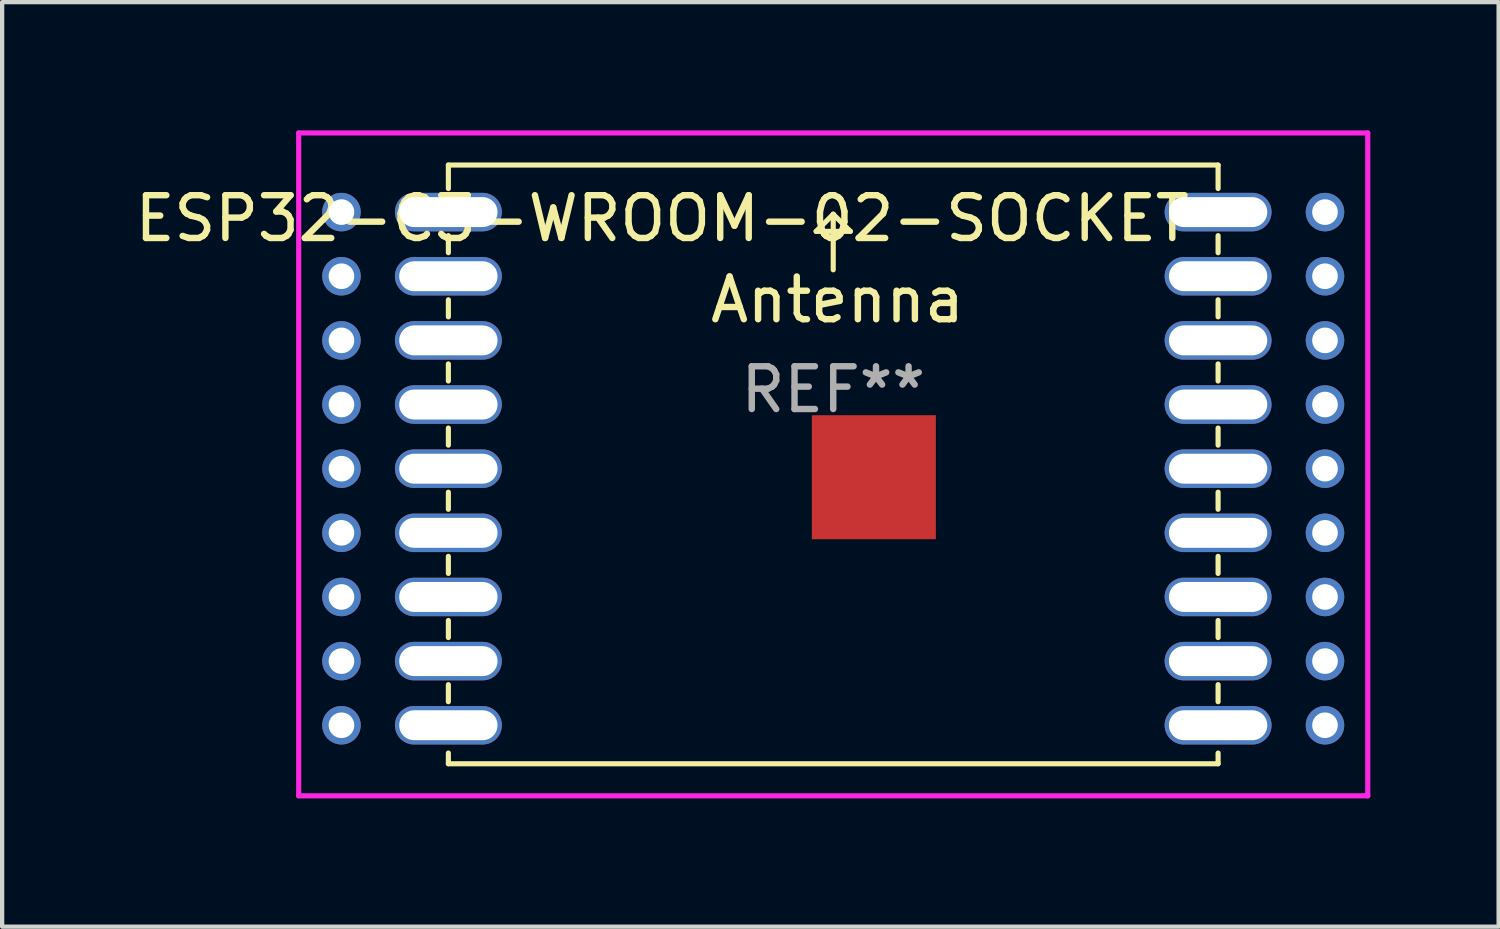
<source format=kicad_pcb>
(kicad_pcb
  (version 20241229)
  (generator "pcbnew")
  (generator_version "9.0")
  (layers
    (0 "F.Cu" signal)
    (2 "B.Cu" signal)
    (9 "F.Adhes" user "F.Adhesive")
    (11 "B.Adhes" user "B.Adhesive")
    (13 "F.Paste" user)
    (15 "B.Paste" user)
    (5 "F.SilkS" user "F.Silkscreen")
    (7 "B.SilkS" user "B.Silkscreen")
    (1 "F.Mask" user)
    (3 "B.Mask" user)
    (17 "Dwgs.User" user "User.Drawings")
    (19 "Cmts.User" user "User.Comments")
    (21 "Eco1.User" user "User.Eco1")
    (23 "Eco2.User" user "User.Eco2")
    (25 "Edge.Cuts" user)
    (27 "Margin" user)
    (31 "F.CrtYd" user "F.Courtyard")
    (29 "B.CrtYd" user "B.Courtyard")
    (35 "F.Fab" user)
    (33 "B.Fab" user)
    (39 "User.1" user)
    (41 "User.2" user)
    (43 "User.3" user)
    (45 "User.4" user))
  (footprint "ESP32-C3-WROOM-02-SOCKET"
    (layer "F.Cu")
    (at 16.435 6.06)
    (property "Reference" "ESP32-C3-WROOM-02-SOCKET" (at -4 -4 0) (layer "F.SilkS") (effects (font (size 1 1) (thickness 0.15))))
    (attr smd)
    (fp_line (start -9 -4.7) (end -9 -5.25) (stroke (width 0.12) (type solid)) (layer "F.SilkS"))
    (fp_line (start -9 -3.2) (end -9 -3.6) (stroke (width 0.12) (type solid)) (layer "F.SilkS"))
    (fp_line (start -9 -1.7) (end -9 -2.1) (stroke (width 0.12) (type solid)) (layer "F.SilkS"))
    (fp_line (start -9 -0.2) (end -9 -0.6) (stroke (width 0.12) (type solid)) (layer "F.SilkS"))
    (fp_line (start -9 1.3) (end -9 0.9) (stroke (width 0.12) (type solid)) (layer "F.SilkS"))
    (fp_line (start -9 2.8) (end -9 2.4) (stroke (width 0.12) (type solid)) (layer "F.SilkS"))
    (fp_line (start -9 4.3) (end -9 3.9) (stroke (width 0.12) (type solid)) (layer "F.SilkS"))
    (fp_line (start -9 5.8) (end -9 5.4) (stroke (width 0.12) (type solid)) (layer "F.SilkS"))
    (fp_line (start -9 7.3) (end -9 6.9) (stroke (width 0.12) (type solid)) (layer "F.SilkS"))
    (fp_line (start -9 8.75) (end -9 8.5) (stroke (width 0.12) (type solid)) (layer "F.SilkS"))
    (fp_line (start -0.4 -3.7) (end 0 -4.1) (stroke (width 0.12) (type solid)) (layer "F.SilkS"))
    (fp_line (start 0 -4.1) (end 0.4 -3.7) (stroke (width 0.12) (type solid)) (layer "F.SilkS"))
    (fp_line (start 0 -2.8) (end 0 -4.1) (stroke (width 0.12) (type solid)) (layer "F.SilkS"))
    (fp_line (start 0.4 -3.7) (end -0.4 -3.7) (stroke (width 0.12) (type solid)) (layer "F.SilkS"))
    (fp_line (start 9 -5.25) (end -9 -5.25) (stroke (width 0.12) (type solid)) (layer "F.SilkS"))
    (fp_line (start 9 -4.7) (end 9 -5.25) (stroke (width 0.12) (type solid)) (layer "F.SilkS"))
    (fp_line (start 9 -3.2) (end 9 -3.6) (stroke (width 0.12) (type solid)) (layer "F.SilkS"))
    (fp_line (start 9 -1.7) (end 9 -2.1) (stroke (width 0.12) (type solid)) (layer "F.SilkS"))
    (fp_line (start 9 -0.2) (end 9 -0.6) (stroke (width 0.12) (type solid)) (layer "F.SilkS"))
    (fp_line (start 9 1.3) (end 9 0.9) (stroke (width 0.12) (type solid)) (layer "F.SilkS"))
    (fp_line (start 9 2.8) (end 9 2.4) (stroke (width 0.12) (type solid)) (layer "F.SilkS"))
    (fp_line (start 9 4.3) (end 9 3.9) (stroke (width 0.12) (type solid)) (layer "F.SilkS"))
    (fp_line (start 9 5.8) (end 9 5.4) (stroke (width 0.12) (type solid)) (layer "F.SilkS"))
    (fp_line (start 9 7.3) (end 9 6.9) (stroke (width 0.12) (type solid)) (layer "F.SilkS"))
    (fp_line (start 9 8.5) (end 9 8.75) (stroke (width 0.12) (type solid)) (layer "F.SilkS"))
    (fp_line (start 9 8.75) (end -9 8.75) (stroke (width 0.12) (type solid)) (layer "F.SilkS"))
    (fp_line (start -9 -5.25) (end 9 -5.25) (stroke (width 0.12) (type solid)) (layer "Eco2.User"))
    (fp_line (start -9 8.75) (end -9 -5.25) (stroke (width 0.12) (type solid)) (layer "Eco2.User"))
    (fp_line (start 9 -5.25) (end 9 8.75) (stroke (width 0.12) (type solid)) (layer "Eco2.User"))
    (fp_line (start 9 8.75) (end -9 8.75) (stroke (width 0.12) (type solid)) (layer "Eco2.User"))
    (fp_line (start -12.5 -6) (end -12.5 9.5) (stroke (width 0.12) (type solid)) (layer "F.CrtYd"))
    (fp_line (start 12.5 -6) (end -12.5 -6) (stroke (width 0.12) (type solid)) (layer "F.CrtYd"))
    (fp_line (start 12.5 9.5) (end -12.5 9.5) (stroke (width 0.12) (type solid)) (layer "F.CrtYd"))
    (fp_line (start 12.5 9.5) (end 12.5 -6) (stroke (width 0.12) (type solid)) (layer "F.CrtYd"))
    (fp_text user "Antenna" (at 0.1 -2.1 0) (layer "F.SilkS") (effects (font (size 1 1) (thickness 0.15))))
    (fp_text user "REF**" (at 0 0 0) (layer "F.Fab") (effects (font (size 1 1) (thickness 0.15))))
    (pad "1" thru_hole circle (at -11.5 -4.15) (size 0.9 0.9) (drill 0.6) (layers "*.Cu" "*.Mask"))
    (pad "1" thru_hole oval (at -9 -4.15) (size 2.5 0.9) (drill oval 2.3 0.7) (layers "*.Cu" "*.Mask"))
    (pad "2" thru_hole circle (at -11.5 -2.65) (size 0.9 0.9) (drill 0.6) (layers "*.Cu" "*.Mask"))
    (pad "2" thru_hole oval (at -9 -2.65) (size 2.5 0.9) (drill oval 2.3 0.7) (layers "*.Cu" "*.Mask"))
    (pad "3" thru_hole circle (at -11.5 -1.15) (size 0.9 0.9) (drill 0.6) (layers "*.Cu" "*.Mask"))
    (pad "3" thru_hole oval (at -9 -1.15) (size 2.5 0.9) (drill oval 2.3 0.7) (layers "*.Cu" "*.Mask"))
    (pad "4" thru_hole circle (at -11.5 0.35) (size 0.9 0.9) (drill 0.6) (layers "*.Cu" "*.Mask"))
    (pad "4" thru_hole oval (at -9 0.35) (size 2.5 0.9) (drill oval 2.3 0.7) (layers "*.Cu" "*.Mask"))
    (pad "5" thru_hole circle (at -11.5 1.85) (size 0.9 0.9) (drill 0.6) (layers "*.Cu" "*.Mask"))
    (pad "5" thru_hole oval (at -9 1.85) (size 2.5 0.9) (drill oval 2.3 0.7) (layers "*.Cu" "*.Mask"))
    (pad "6" thru_hole circle (at -11.5 3.35) (size 0.9 0.9) (drill 0.6) (layers "*.Cu" "*.Mask"))
    (pad "6" thru_hole oval (at -9 3.35) (size 2.5 0.9) (drill oval 2.3 0.7) (layers "*.Cu" "*.Mask"))
    (pad "7" thru_hole circle (at -11.5 4.85) (size 0.9 0.9) (drill 0.6) (layers "*.Cu" "*.Mask"))
    (pad "7" thru_hole oval (at -9 4.85) (size 2.5 0.9) (drill oval 2.3 0.7) (layers "*.Cu" "*.Mask"))
    (pad "8" thru_hole circle (at -11.5 6.35) (size 0.9 0.9) (drill 0.6) (layers "*.Cu" "*.Mask"))
    (pad "8" thru_hole oval (at -9 6.35) (size 2.5 0.9) (drill oval 2.3 0.7) (layers "*.Cu" "*.Mask"))
    (pad "9" thru_hole circle (at -11.5 7.85) (size 0.9 0.9) (drill 0.6) (layers "*.Cu" "*.Mask"))
    (pad "9" thru_hole oval (at -9 7.85) (size 2.5 0.9) (drill oval 2.3 0.7) (layers "*.Cu" "*.Mask"))
    (pad "10" thru_hole oval (at 9 7.85) (size 2.5 0.9) (drill oval 2.3 0.7) (layers "*.Cu" "*.Mask"))
    (pad "10" thru_hole circle (at 11.5 7.85) (size 0.9 0.9) (drill 0.6) (layers "*.Cu" "*.Mask"))
    (pad "11" thru_hole oval (at 9 6.35) (size 2.5 0.9) (drill oval 2.3 0.7) (layers "*.Cu" "*.Mask"))
    (pad "11" thru_hole circle (at 11.5 6.35) (size 0.9 0.9) (drill 0.6) (layers "*.Cu" "*.Mask"))
    (pad "12" thru_hole oval (at 9 4.85) (size 2.5 0.9) (drill oval 2.3 0.7) (layers "*.Cu" "*.Mask"))
    (pad "12" thru_hole circle (at 11.5 4.85) (size 0.9 0.9) (drill 0.6) (layers "*.Cu" "*.Mask"))
    (pad "13" thru_hole oval (at 9 3.35) (size 2.5 0.9) (drill oval 2.3 0.7) (layers "*.Cu" "*.Mask"))
    (pad "13" thru_hole circle (at 11.5 3.35) (size 0.9 0.9) (drill 0.6) (layers "*.Cu" "*.Mask"))
    (pad "14" thru_hole oval (at 9 1.85) (size 2.5 0.9) (drill oval 2.3 0.7) (layers "*.Cu" "*.Mask"))
    (pad "14" thru_hole circle (at 11.5 1.85) (size 0.9 0.9) (drill 0.6) (layers "*.Cu" "*.Mask"))
    (pad "15" thru_hole oval (at 9 0.35) (size 2.5 0.9) (drill oval 2.3 0.7) (layers "*.Cu" "*.Mask"))
    (pad "15" thru_hole circle (at 11.5 0.35) (size 0.9 0.9) (drill 0.6) (layers "*.Cu" "*.Mask"))
    (pad "16" thru_hole oval (at 9 -1.15) (size 2.5 0.9) (drill oval 2.3 0.7) (layers "*.Cu" "*.Mask"))
    (pad "16" thru_hole circle (at 11.5 -1.15) (size 0.9 0.9) (drill 0.6) (layers "*.Cu" "*.Mask"))
    (pad "17" thru_hole oval (at 9 -2.65) (size 2.5 0.9) (drill oval 2.3 0.7) (layers "*.Cu" "*.Mask"))
    (pad "17" thru_hole circle (at 11.5 -2.65) (size 0.9 0.9) (drill 0.6) (layers "*.Cu" "*.Mask"))
    (pad "18" thru_hole oval (at 9 -4.15) (size 2.5 0.9) (drill oval 2.3 0.7) (layers "*.Cu" "*.Mask"))
    (pad "18" thru_hole circle (at 11.5 -4.15) (size 0.9 0.9) (drill 0.6) (layers "*.Cu" "*.Mask"))
    (pad "19" smd rect (at 0.95 2.05) (size 2.9 2.9) (layers "F.Cu" "F.Mask")))
  (gr_rect
    (start -3 -3)
    (end 31.995 18.62)
    (stroke (width 0.1) (type default))
    (fill no)
    (layer "Edge.Cuts")))
</source>
